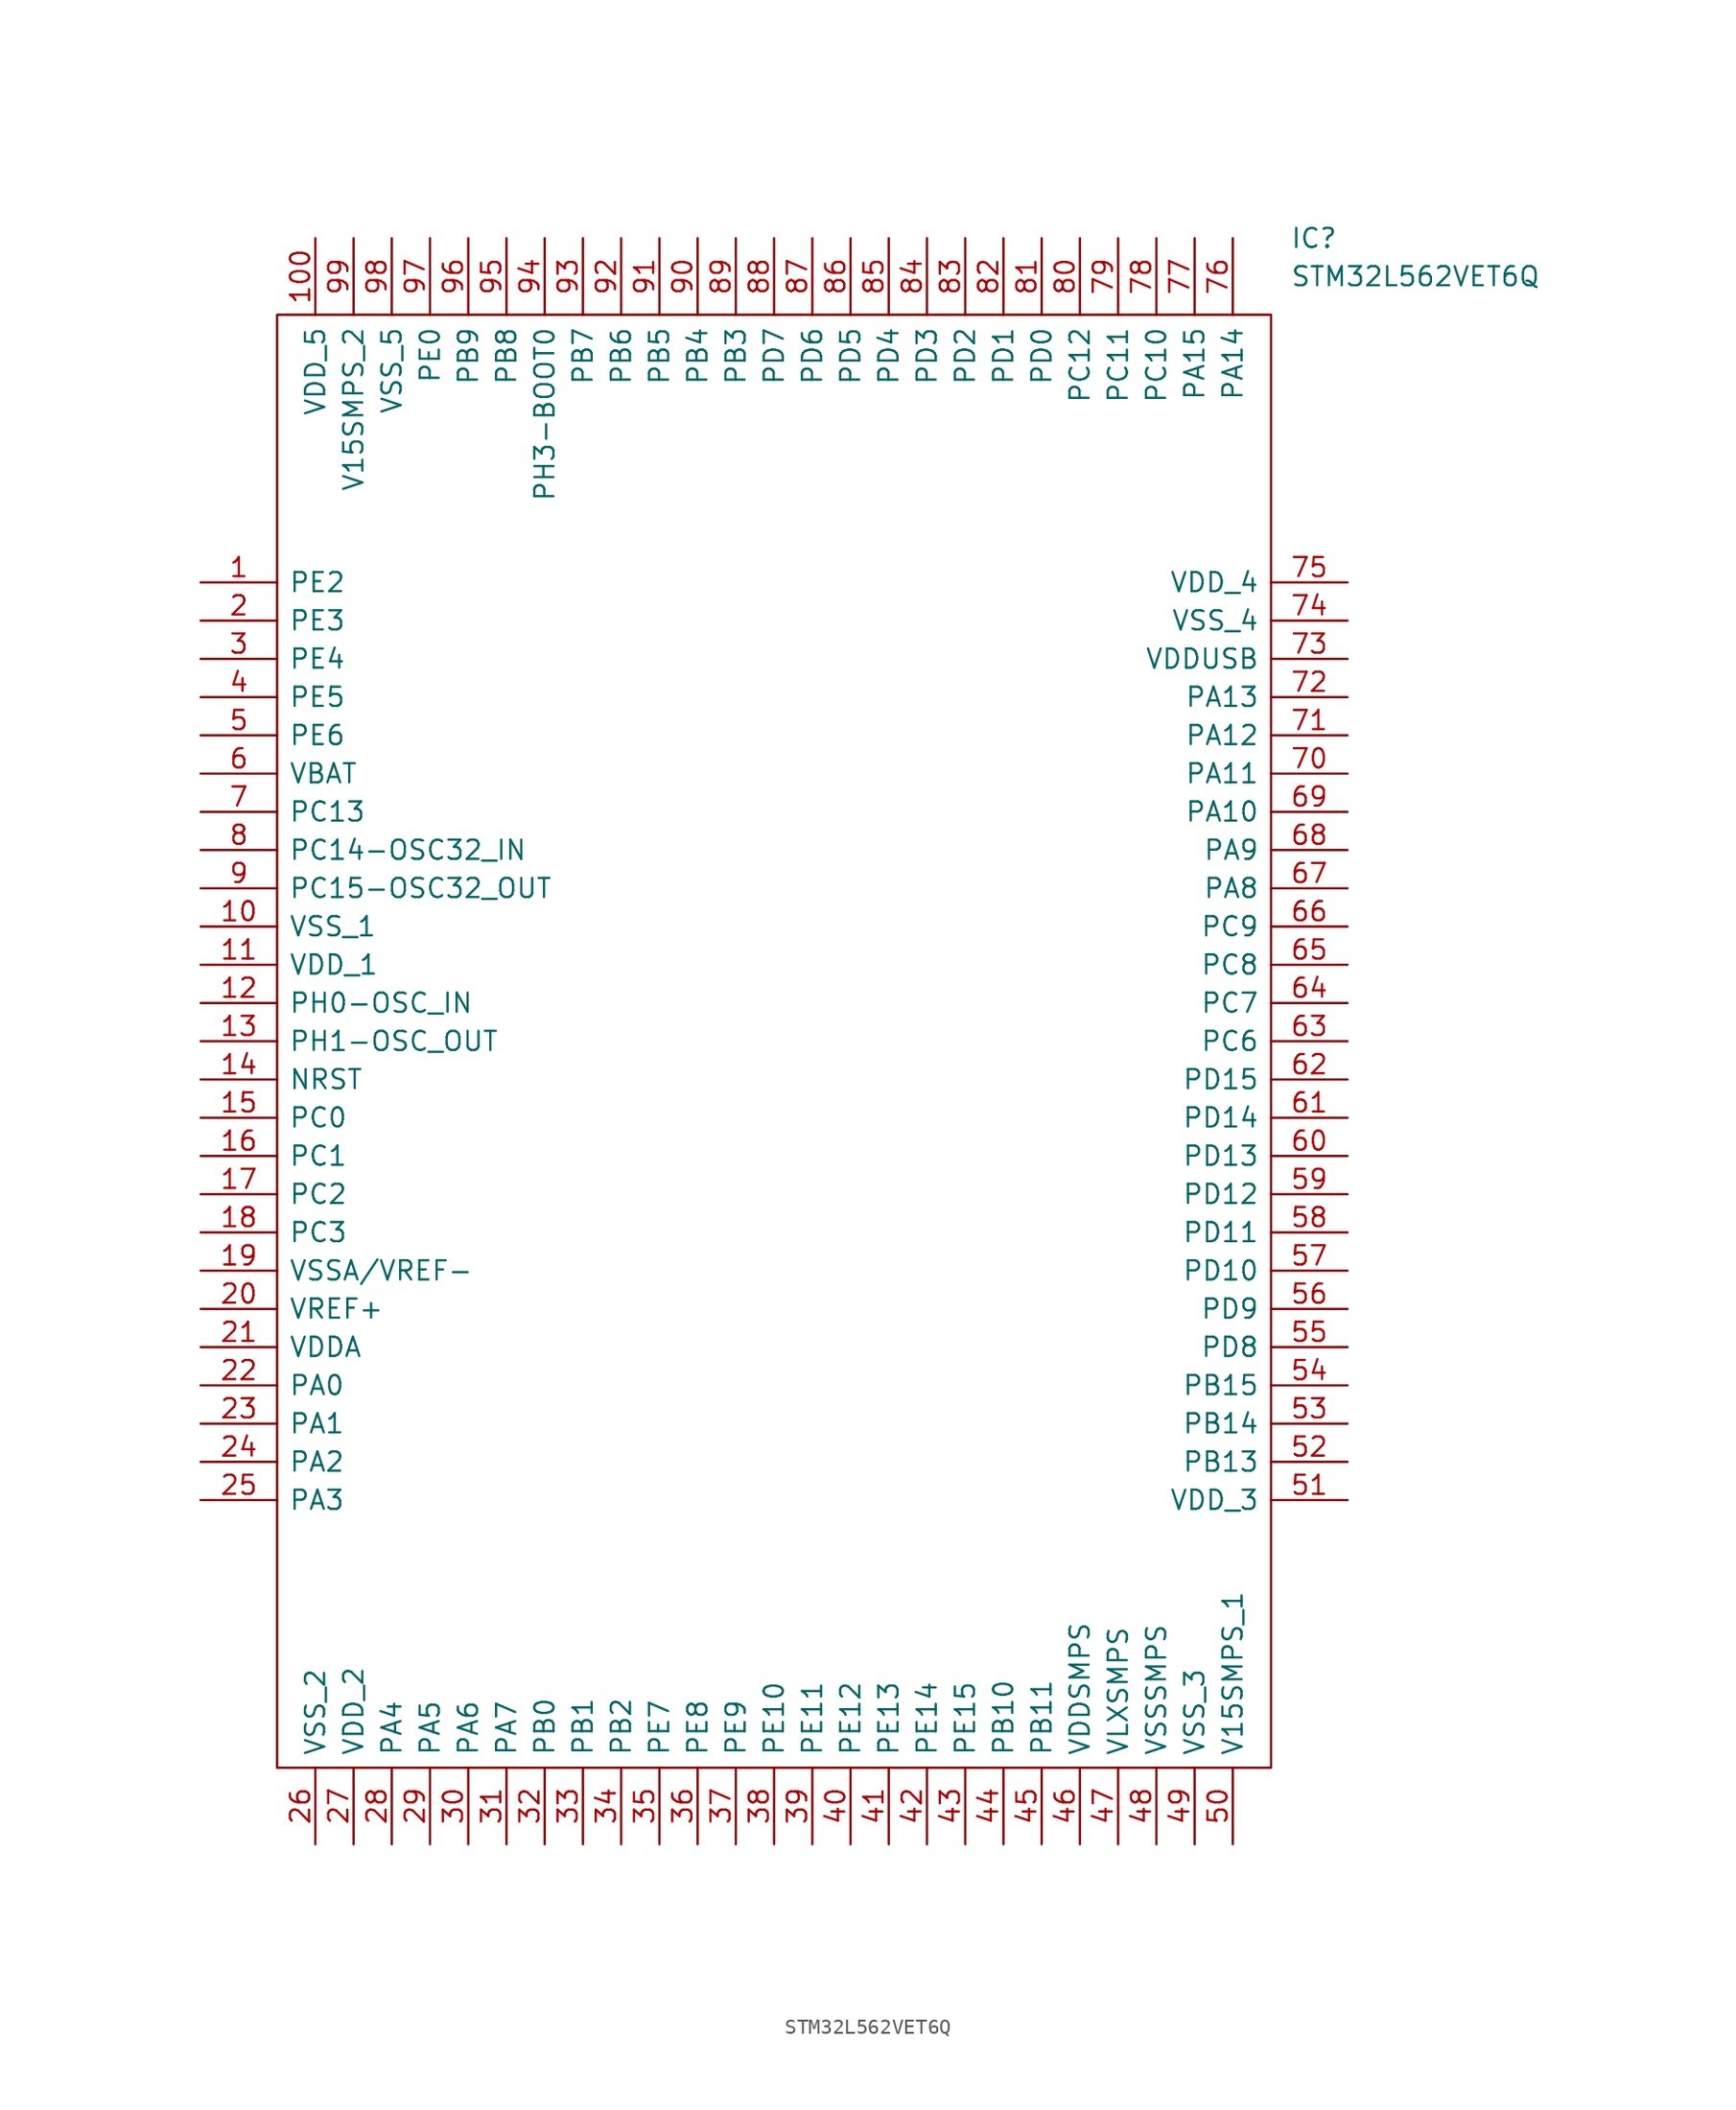
<source format=kicad_sym>
(kicad_symbol_lib
  (version 20211014)
  (generator kicad_symbol_editor)
  (symbol "STM32L562VET6Q"
    (pin_names
      (offset 0.762))
    (property "Reference" "IC"
      (at 72.39 22.86 0)
      (effects (font (size 1.27 1.27)) (justify left)))
    (property "Value" "STM32L562VET6Q"
      (at 72.39 20.32 0)
      (effects (font (size 1.27 1.27)) (justify left)))
    (symbol "STM32L562VET6Q_0_0"
      (pin passive line (at 0 0 0) (length 5.08) (name "PE2" (effects (font (size 1.27 1.27)))) (number "1" (effects (font (size 1.27 1.27)))))
      (pin passive line (at 0 -22.86 0) (length 5.08) (name "VSS_1" (effects (font (size 1.27 1.27)))) (number "10" (effects (font (size 1.27 1.27)))))
      (pin passive line (at 7.62 22.86 270) (length 5.08) (name "VDD_5" (effects (font (size 1.27 1.27)))) (number "100" (effects (font (size 1.27 1.27)))))
      (pin passive line (at 0 -25.4 0) (length 5.08) (name "VDD_1" (effects (font (size 1.27 1.27)))) (number "11" (effects (font (size 1.27 1.27)))))
      (pin passive line (at 0 -27.94 0) (length 5.08) (name "PH0-OSC_IN" (effects (font (size 1.27 1.27)))) (number "12" (effects (font (size 1.27 1.27)))))
      (pin passive line (at 0 -30.48 0) (length 5.08) (name "PH1-OSC_OUT" (effects (font (size 1.27 1.27)))) (number "13" (effects (font (size 1.27 1.27)))))
      (pin passive line (at 0 -33.02 0) (length 5.08) (name "NRST" (effects (font (size 1.27 1.27)))) (number "14" (effects (font (size 1.27 1.27)))))
      (pin passive line (at 0 -35.56 0) (length 5.08) (name "PC0" (effects (font (size 1.27 1.27)))) (number "15" (effects (font (size 1.27 1.27)))))
      (pin passive line (at 0 -38.1 0) (length 5.08) (name "PC1" (effects (font (size 1.27 1.27)))) (number "16" (effects (font (size 1.27 1.27)))))
      (pin passive line (at 0 -40.64 0) (length 5.08) (name "PC2" (effects (font (size 1.27 1.27)))) (number "17" (effects (font (size 1.27 1.27)))))
      (pin passive line (at 0 -43.18 0) (length 5.08) (name "PC3" (effects (font (size 1.27 1.27)))) (number "18" (effects (font (size 1.27 1.27)))))
      (pin passive line (at 0 -45.72 0) (length 5.08) (name "VSSA/VREF-" (effects (font (size 1.27 1.27)))) (number "19" (effects (font (size 1.27 1.27)))))
      (pin passive line (at 0 -2.54 0) (length 5.08) (name "PE3" (effects (font (size 1.27 1.27)))) (number "2" (effects (font (size 1.27 1.27)))))
      (pin passive line (at 0 -48.26 0) (length 5.08) (name "VREF+" (effects (font (size 1.27 1.27)))) (number "20" (effects (font (size 1.27 1.27)))))
      (pin passive line (at 0 -50.8 0) (length 5.08) (name "VDDA" (effects (font (size 1.27 1.27)))) (number "21" (effects (font (size 1.27 1.27)))))
      (pin passive line (at 0 -53.34 0) (length 5.08) (name "PA0" (effects (font (size 1.27 1.27)))) (number "22" (effects (font (size 1.27 1.27)))))
      (pin passive line (at 0 -55.88 0) (length 5.08) (name "PA1" (effects (font (size 1.27 1.27)))) (number "23" (effects (font (size 1.27 1.27)))))
      (pin passive line (at 0 -58.42 0) (length 5.08) (name "PA2" (effects (font (size 1.27 1.27)))) (number "24" (effects (font (size 1.27 1.27)))))
      (pin passive line (at 0 -60.96 0) (length 5.08) (name "PA3" (effects (font (size 1.27 1.27)))) (number "25" (effects (font (size 1.27 1.27)))))
      (pin passive line (at 7.62 -83.82 90) (length 5.08) (name "VSS_2" (effects (font (size 1.27 1.27)))) (number "26" (effects (font (size 1.27 1.27)))))
      (pin passive line (at 10.16 -83.82 90) (length 5.08) (name "VDD_2" (effects (font (size 1.27 1.27)))) (number "27" (effects (font (size 1.27 1.27)))))
      (pin passive line (at 12.7 -83.82 90) (length 5.08) (name "PA4" (effects (font (size 1.27 1.27)))) (number "28" (effects (font (size 1.27 1.27)))))
      (pin passive line (at 15.24 -83.82 90) (length 5.08) (name "PA5" (effects (font (size 1.27 1.27)))) (number "29" (effects (font (size 1.27 1.27)))))
      (pin passive line (at 0 -5.08 0) (length 5.08) (name "PE4" (effects (font (size 1.27 1.27)))) (number "3" (effects (font (size 1.27 1.27)))))
      (pin passive line (at 17.78 -83.82 90) (length 5.08) (name "PA6" (effects (font (size 1.27 1.27)))) (number "30" (effects (font (size 1.27 1.27)))))
      (pin passive line (at 20.32 -83.82 90) (length 5.08) (name "PA7" (effects (font (size 1.27 1.27)))) (number "31" (effects (font (size 1.27 1.27)))))
      (pin passive line (at 22.86 -83.82 90) (length 5.08) (name "PB0" (effects (font (size 1.27 1.27)))) (number "32" (effects (font (size 1.27 1.27)))))
      (pin passive line (at 25.4 -83.82 90) (length 5.08) (name "PB1" (effects (font (size 1.27 1.27)))) (number "33" (effects (font (size 1.27 1.27)))))
      (pin passive line (at 27.94 -83.82 90) (length 5.08) (name "PB2" (effects (font (size 1.27 1.27)))) (number "34" (effects (font (size 1.27 1.27)))))
      (pin passive line (at 30.48 -83.82 90) (length 5.08) (name "PE7" (effects (font (size 1.27 1.27)))) (number "35" (effects (font (size 1.27 1.27)))))
      (pin passive line (at 33.02 -83.82 90) (length 5.08) (name "PE8" (effects (font (size 1.27 1.27)))) (number "36" (effects (font (size 1.27 1.27)))))
      (pin passive line (at 35.56 -83.82 90) (length 5.08) (name "PE9" (effects (font (size 1.27 1.27)))) (number "37" (effects (font (size 1.27 1.27)))))
      (pin passive line (at 38.1 -83.82 90) (length 5.08) (name "PE10" (effects (font (size 1.27 1.27)))) (number "38" (effects (font (size 1.27 1.27)))))
      (pin passive line (at 40.64 -83.82 90) (length 5.08) (name "PE11" (effects (font (size 1.27 1.27)))) (number "39" (effects (font (size 1.27 1.27)))))
      (pin passive line (at 0 -7.62 0) (length 5.08) (name "PE5" (effects (font (size 1.27 1.27)))) (number "4" (effects (font (size 1.27 1.27)))))
      (pin passive line (at 43.18 -83.82 90) (length 5.08) (name "PE12" (effects (font (size 1.27 1.27)))) (number "40" (effects (font (size 1.27 1.27)))))
      (pin passive line (at 45.72 -83.82 90) (length 5.08) (name "PE13" (effects (font (size 1.27 1.27)))) (number "41" (effects (font (size 1.27 1.27)))))
      (pin passive line (at 48.26 -83.82 90) (length 5.08) (name "PE14" (effects (font (size 1.27 1.27)))) (number "42" (effects (font (size 1.27 1.27)))))
      (pin passive line (at 50.8 -83.82 90) (length 5.08) (name "PE15" (effects (font (size 1.27 1.27)))) (number "43" (effects (font (size 1.27 1.27)))))
      (pin passive line (at 53.34 -83.82 90) (length 5.08) (name "PB10" (effects (font (size 1.27 1.27)))) (number "44" (effects (font (size 1.27 1.27)))))
      (pin passive line (at 55.88 -83.82 90) (length 5.08) (name "PB11" (effects (font (size 1.27 1.27)))) (number "45" (effects (font (size 1.27 1.27)))))
      (pin passive line (at 58.42 -83.82 90) (length 5.08) (name "VDDSMPS" (effects (font (size 1.27 1.27)))) (number "46" (effects (font (size 1.27 1.27)))))
      (pin passive line (at 60.96 -83.82 90) (length 5.08) (name "VLXSMPS" (effects (font (size 1.27 1.27)))) (number "47" (effects (font (size 1.27 1.27)))))
      (pin passive line (at 63.5 -83.82 90) (length 5.08) (name "VSSSMPS" (effects (font (size 1.27 1.27)))) (number "48" (effects (font (size 1.27 1.27)))))
      (pin passive line (at 66.04 -83.82 90) (length 5.08) (name "VSS_3" (effects (font (size 1.27 1.27)))) (number "49" (effects (font (size 1.27 1.27)))))
      (pin passive line (at 0 -10.16 0) (length 5.08) (name "PE6" (effects (font (size 1.27 1.27)))) (number "5" (effects (font (size 1.27 1.27)))))
      (pin passive line (at 68.58 -83.82 90) (length 5.08) (name "V15SMPS_1" (effects (font (size 1.27 1.27)))) (number "50" (effects (font (size 1.27 1.27)))))
      (pin passive line (at 76.2 -60.96 180) (length 5.08) (name "VDD_3" (effects (font (size 1.27 1.27)))) (number "51" (effects (font (size 1.27 1.27)))))
      (pin passive line (at 76.2 -58.42 180) (length 5.08) (name "PB13" (effects (font (size 1.27 1.27)))) (number "52" (effects (font (size 1.27 1.27)))))
      (pin passive line (at 76.2 -55.88 180) (length 5.08) (name "PB14" (effects (font (size 1.27 1.27)))) (number "53" (effects (font (size 1.27 1.27)))))
      (pin passive line (at 76.2 -53.34 180) (length 5.08) (name "PB15" (effects (font (size 1.27 1.27)))) (number "54" (effects (font (size 1.27 1.27)))))
      (pin passive line (at 76.2 -50.8 180) (length 5.08) (name "PD8" (effects (font (size 1.27 1.27)))) (number "55" (effects (font (size 1.27 1.27)))))
      (pin passive line (at 76.2 -48.26 180) (length 5.08) (name "PD9" (effects (font (size 1.27 1.27)))) (number "56" (effects (font (size 1.27 1.27)))))
      (pin passive line (at 76.2 -45.72 180) (length 5.08) (name "PD10" (effects (font (size 1.27 1.27)))) (number "57" (effects (font (size 1.27 1.27)))))
      (pin passive line (at 76.2 -43.18 180) (length 5.08) (name "PD11" (effects (font (size 1.27 1.27)))) (number "58" (effects (font (size 1.27 1.27)))))
      (pin passive line (at 76.2 -40.64 180) (length 5.08) (name "PD12" (effects (font (size 1.27 1.27)))) (number "59" (effects (font (size 1.27 1.27)))))
      (pin passive line (at 0 -12.7 0) (length 5.08) (name "VBAT" (effects (font (size 1.27 1.27)))) (number "6" (effects (font (size 1.27 1.27)))))
      (pin passive line (at 76.2 -38.1 180) (length 5.08) (name "PD13" (effects (font (size 1.27 1.27)))) (number "60" (effects (font (size 1.27 1.27)))))
      (pin passive line (at 76.2 -35.56 180) (length 5.08) (name "PD14" (effects (font (size 1.27 1.27)))) (number "61" (effects (font (size 1.27 1.27)))))
      (pin passive line (at 76.2 -33.02 180) (length 5.08) (name "PD15" (effects (font (size 1.27 1.27)))) (number "62" (effects (font (size 1.27 1.27)))))
      (pin passive line (at 76.2 -30.48 180) (length 5.08) (name "PC6" (effects (font (size 1.27 1.27)))) (number "63" (effects (font (size 1.27 1.27)))))
      (pin passive line (at 76.2 -27.94 180) (length 5.08) (name "PC7" (effects (font (size 1.27 1.27)))) (number "64" (effects (font (size 1.27 1.27)))))
      (pin passive line (at 76.2 -25.4 180) (length 5.08) (name "PC8" (effects (font (size 1.27 1.27)))) (number "65" (effects (font (size 1.27 1.27)))))
      (pin passive line (at 76.2 -22.86 180) (length 5.08) (name "PC9" (effects (font (size 1.27 1.27)))) (number "66" (effects (font (size 1.27 1.27)))))
      (pin passive line (at 76.2 -20.32 180) (length 5.08) (name "PA8" (effects (font (size 1.27 1.27)))) (number "67" (effects (font (size 1.27 1.27)))))
      (pin passive line (at 76.2 -17.78 180) (length 5.08) (name "PA9" (effects (font (size 1.27 1.27)))) (number "68" (effects (font (size 1.27 1.27)))))
      (pin passive line (at 76.2 -15.24 180) (length 5.08) (name "PA10" (effects (font (size 1.27 1.27)))) (number "69" (effects (font (size 1.27 1.27)))))
      (pin passive line (at 0 -15.24 0) (length 5.08) (name "PC13" (effects (font (size 1.27 1.27)))) (number "7" (effects (font (size 1.27 1.27)))))
      (pin passive line (at 76.2 -12.7 180) (length 5.08) (name "PA11" (effects (font (size 1.27 1.27)))) (number "70" (effects (font (size 1.27 1.27)))))
      (pin passive line (at 76.2 -10.16 180) (length 5.08) (name "PA12" (effects (font (size 1.27 1.27)))) (number "71" (effects (font (size 1.27 1.27)))))
      (pin passive line (at 76.2 -7.62 180) (length 5.08) (name "PA13" (effects (font (size 1.27 1.27)))) (number "72" (effects (font (size 1.27 1.27)))))
      (pin passive line (at 76.2 -5.08 180) (length 5.08) (name "VDDUSB" (effects (font (size 1.27 1.27)))) (number "73" (effects (font (size 1.27 1.27)))))
      (pin passive line (at 76.2 -2.54 180) (length 5.08) (name "VSS_4" (effects (font (size 1.27 1.27)))) (number "74" (effects (font (size 1.27 1.27)))))
      (pin passive line (at 76.2 0 180) (length 5.08) (name "VDD_4" (effects (font (size 1.27 1.27)))) (number "75" (effects (font (size 1.27 1.27)))))
      (pin passive line (at 68.58 22.86 270) (length 5.08) (name "PA14" (effects (font (size 1.27 1.27)))) (number "76" (effects (font (size 1.27 1.27)))))
      (pin passive line (at 66.04 22.86 270) (length 5.08) (name "PA15" (effects (font (size 1.27 1.27)))) (number "77" (effects (font (size 1.27 1.27)))))
      (pin passive line (at 63.5 22.86 270) (length 5.08) (name "PC10" (effects (font (size 1.27 1.27)))) (number "78" (effects (font (size 1.27 1.27)))))
      (pin passive line (at 60.96 22.86 270) (length 5.08) (name "PC11" (effects (font (size 1.27 1.27)))) (number "79" (effects (font (size 1.27 1.27)))))
      (pin passive line (at 0 -17.78 0) (length 5.08) (name "PC14-OSC32_IN" (effects (font (size 1.27 1.27)))) (number "8" (effects (font (size 1.27 1.27)))))
      (pin passive line (at 58.42 22.86 270) (length 5.08) (name "PC12" (effects (font (size 1.27 1.27)))) (number "80" (effects (font (size 1.27 1.27)))))
      (pin passive line (at 55.88 22.86 270) (length 5.08) (name "PD0" (effects (font (size 1.27 1.27)))) (number "81" (effects (font (size 1.27 1.27)))))
      (pin passive line (at 53.34 22.86 270) (length 5.08) (name "PD1" (effects (font (size 1.27 1.27)))) (number "82" (effects (font (size 1.27 1.27)))))
      (pin passive line (at 50.8 22.86 270) (length 5.08) (name "PD2" (effects (font (size 1.27 1.27)))) (number "83" (effects (font (size 1.27 1.27)))))
      (pin passive line (at 48.26 22.86 270) (length 5.08) (name "PD3" (effects (font (size 1.27 1.27)))) (number "84" (effects (font (size 1.27 1.27)))))
      (pin passive line (at 45.72 22.86 270) (length 5.08) (name "PD4" (effects (font (size 1.27 1.27)))) (number "85" (effects (font (size 1.27 1.27)))))
      (pin passive line (at 43.18 22.86 270) (length 5.08) (name "PD5" (effects (font (size 1.27 1.27)))) (number "86" (effects (font (size 1.27 1.27)))))
      (pin passive line (at 40.64 22.86 270) (length 5.08) (name "PD6" (effects (font (size 1.27 1.27)))) (number "87" (effects (font (size 1.27 1.27)))))
      (pin passive line (at 38.1 22.86 270) (length 5.08) (name "PD7" (effects (font (size 1.27 1.27)))) (number "88" (effects (font (size 1.27 1.27)))))
      (pin passive line (at 35.56 22.86 270) (length 5.08) (name "PB3" (effects (font (size 1.27 1.27)))) (number "89" (effects (font (size 1.27 1.27)))))
      (pin passive line (at 0 -20.32 0) (length 5.08) (name "PC15-OSC32_OUT" (effects (font (size 1.27 1.27)))) (number "9" (effects (font (size 1.27 1.27)))))
      (pin passive line (at 33.02 22.86 270) (length 5.08) (name "PB4" (effects (font (size 1.27 1.27)))) (number "90" (effects (font (size 1.27 1.27)))))
      (pin passive line (at 30.48 22.86 270) (length 5.08) (name "PB5" (effects (font (size 1.27 1.27)))) (number "91" (effects (font (size 1.27 1.27)))))
      (pin passive line (at 27.94 22.86 270) (length 5.08) (name "PB6" (effects (font (size 1.27 1.27)))) (number "92" (effects (font (size 1.27 1.27)))))
      (pin passive line (at 25.4 22.86 270) (length 5.08) (name "PB7" (effects (font (size 1.27 1.27)))) (number "93" (effects (font (size 1.27 1.27)))))
      (pin passive line (at 22.86 22.86 270) (length 5.08) (name "PH3-BOOT0" (effects (font (size 1.27 1.27)))) (number "94" (effects (font (size 1.27 1.27)))))
      (pin passive line (at 20.32 22.86 270) (length 5.08) (name "PB8" (effects (font (size 1.27 1.27)))) (number "95" (effects (font (size 1.27 1.27)))))
      (pin passive line (at 17.78 22.86 270) (length 5.08) (name "PB9" (effects (font (size 1.27 1.27)))) (number "96" (effects (font (size 1.27 1.27)))))
      (pin passive line (at 15.24 22.86 270) (length 5.08) (name "PE0" (effects (font (size 1.27 1.27)))) (number "97" (effects (font (size 1.27 1.27)))))
      (pin passive line (at 12.7 22.86 270) (length 5.08) (name "VSS_5" (effects (font (size 1.27 1.27)))) (number "98" (effects (font (size 1.27 1.27)))))
      (pin passive line (at 10.16 22.86 270) (length 5.08) (name "V15SMPS_2" (effects (font (size 1.27 1.27)))) (number "99" (effects (font (size 1.27 1.27))))))
    (symbol "STM32L562VET6Q_0_1"
      (polyline (pts (xy 5.08 17.78) (xy 71.12 17.78) (xy 71.12 -78.74) (xy 5.08 -78.74) (xy 5.08 17.78)) (stroke (width 0.152) (type default) (color 0 0 0 0)) (fill (type none))))))
</source>
